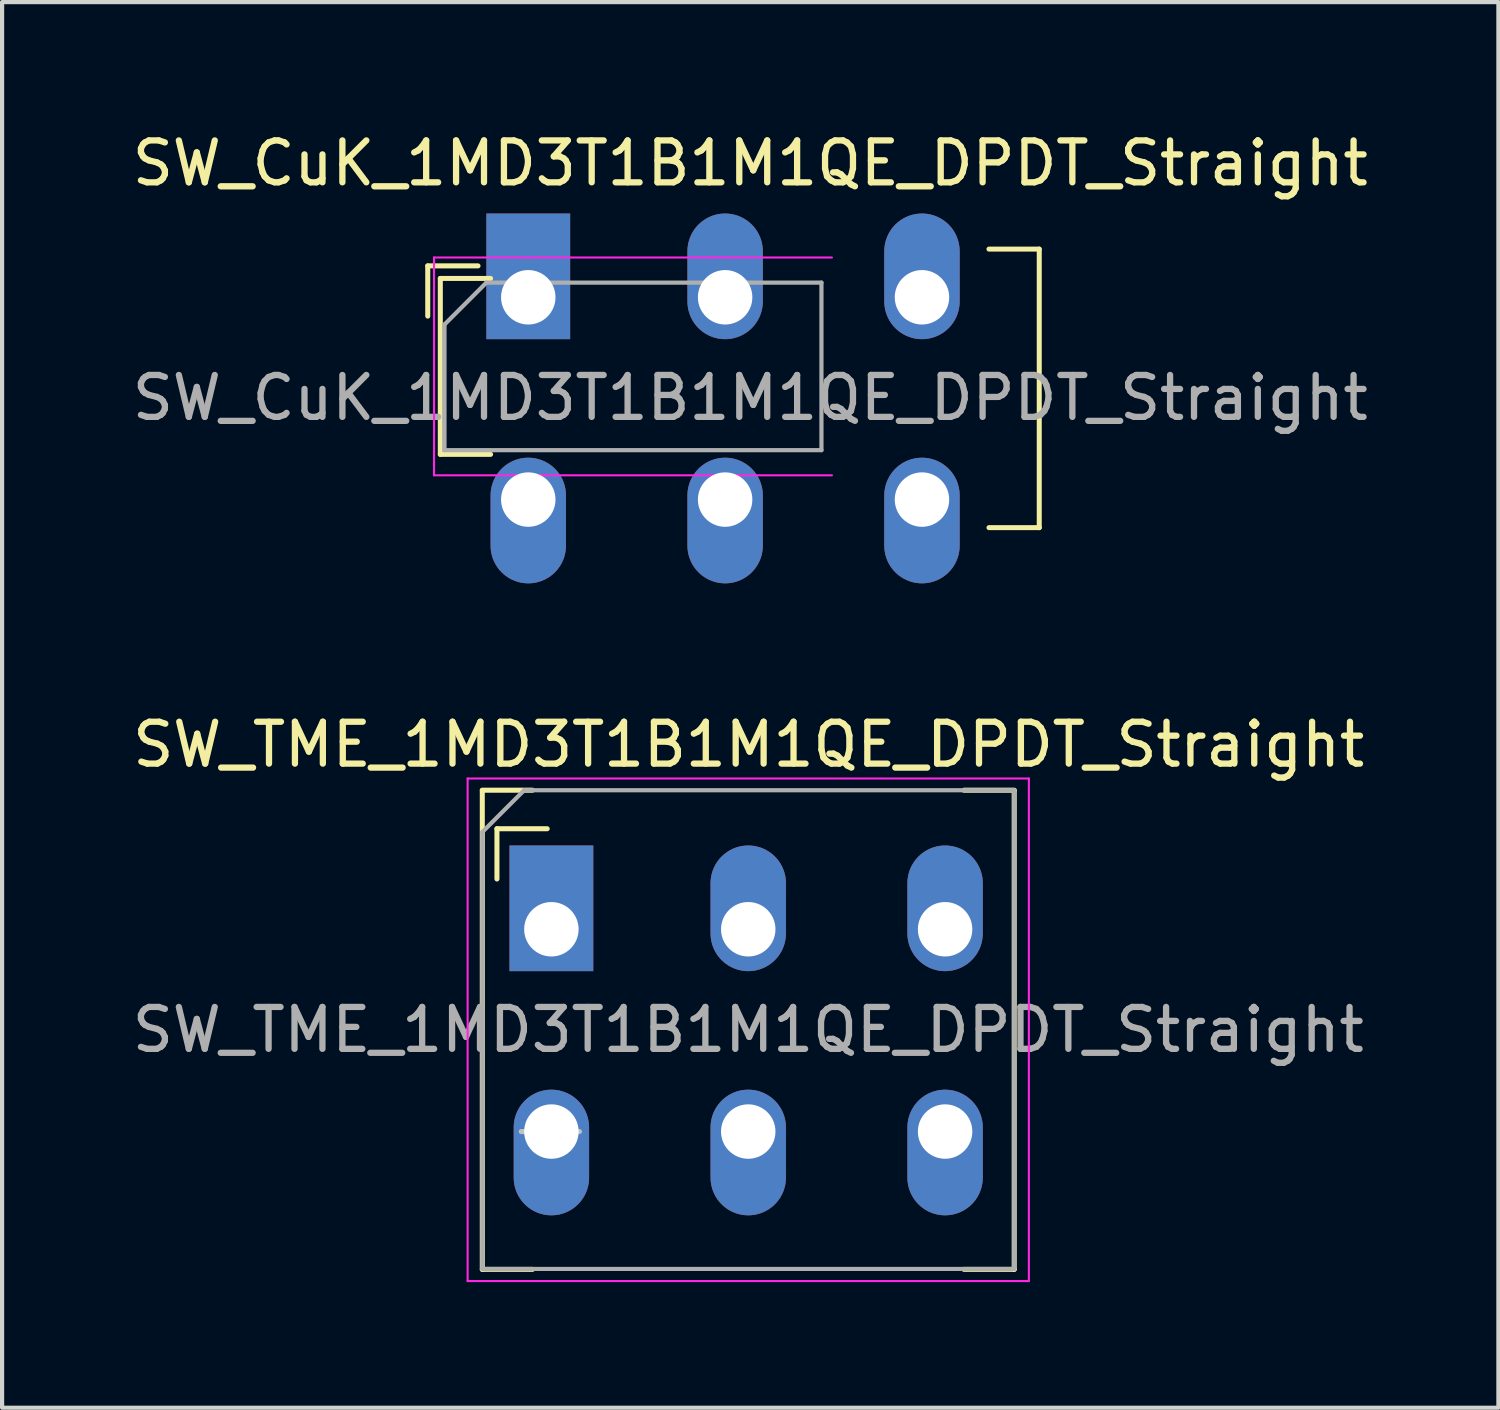
<source format=kicad_pcb>
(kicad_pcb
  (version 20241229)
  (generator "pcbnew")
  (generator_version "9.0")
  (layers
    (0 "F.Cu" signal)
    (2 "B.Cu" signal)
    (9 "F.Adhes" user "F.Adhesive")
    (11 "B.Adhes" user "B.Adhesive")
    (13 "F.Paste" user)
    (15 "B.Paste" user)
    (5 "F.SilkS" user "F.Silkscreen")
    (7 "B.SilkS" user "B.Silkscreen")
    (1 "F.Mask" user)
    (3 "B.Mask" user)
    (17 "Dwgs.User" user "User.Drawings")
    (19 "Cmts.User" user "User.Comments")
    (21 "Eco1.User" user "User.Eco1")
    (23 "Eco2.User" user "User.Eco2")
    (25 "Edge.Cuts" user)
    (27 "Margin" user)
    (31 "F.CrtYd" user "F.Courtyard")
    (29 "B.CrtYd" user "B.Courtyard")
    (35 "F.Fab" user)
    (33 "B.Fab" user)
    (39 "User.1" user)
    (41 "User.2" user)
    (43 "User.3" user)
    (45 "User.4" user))
  (footprint "SW_TME_1MD3T1B1M1QE_DPDT_Straight"
    (layer "F.Cu")
    (at 10.115 19.137)
    (property "Reference" "SW_TME_1MD3T1B1M1QE_DPDT_Straight" (at 4.71 -4.41 0) (layer "F.SilkS") (effects (font (size 1 1) (thickness 0.15))))
    (attr through_hole)
    (fp_line (start -1.65 -3.315) (end -1.65 8.12) (stroke (width 0.12) (type solid)) (layer "F.SilkS"))
    (fp_line (start -1.65 8.12) (end -0.45 8.12) (stroke (width 0.12) (type solid)) (layer "F.SilkS"))
    (fp_line (start -1.3 -2.4) (end -1.3 -1.2) (stroke (width 0.12) (type solid)) (layer "F.SilkS"))
    (fp_line (start -0.45 -3.32) (end -1.65 -3.32) (stroke (width 0.12) (type solid)) (layer "F.SilkS"))
    (fp_line (start -0.1 -2.4) (end -1.3 -2.4) (stroke (width 0.12) (type solid)) (layer "F.SilkS"))
    (fp_line (start 9.85 -3.32) (end 11.05 -3.32) (stroke (width 0.12) (type solid)) (layer "F.SilkS"))
    (fp_line (start 11.05 -3.315) (end 11.05 8.12) (stroke (width 0.12) (type solid)) (layer "F.SilkS"))
    (fp_line (start 11.05 8.12) (end 9.85 8.12) (stroke (width 0.12) (type solid)) (layer "F.SilkS"))
    (fp_line (start -0.72 4.83) (end 0.67 4.83) (stroke (width 0.12) (type solid)) (layer "Dwgs.User"))
    (fp_line (start -2 -3.6) (end 11.4 -3.6) (stroke (width 0.05) (type solid)) (layer "F.CrtYd"))
    (fp_line (start -2 8.4) (end -2 -3.6) (stroke (width 0.05) (type solid)) (layer "F.CrtYd"))
    (fp_line (start -2 8.4) (end 11.4 8.4) (stroke (width 0.05) (type solid)) (layer "F.CrtYd"))
    (fp_line (start 11.4 8.4) (end 11.4 -3.6) (stroke (width 0.05) (type solid)) (layer "F.CrtYd"))
    (fp_line (start -1.65 8.11) (end -1.65 -2.32) (stroke (width 0.1) (type solid)) (layer "F.Fab"))
    (fp_line (start -0.65 -3.32) (end -1.65 -2.32) (stroke (width 0.1) (type solid)) (layer "F.Fab"))
    (fp_line (start -0.65 -3.32) (end 11.05 -3.32) (stroke (width 0.1) (type solid)) (layer "F.Fab"))
    (fp_line (start 11.05 -3.32) (end 11.05 8.11) (stroke (width 0.1) (type solid)) (layer "F.Fab"))
    (fp_line (start 11.05 8.11) (end -1.65 8.11) (stroke (width 0.1) (type solid)) (layer "F.Fab"))
    (fp_text user "${REFERENCE}" (at 4.7 2.4 0) (layer "F.Fab") (effects (font (size 1 1) (thickness 0.15))))
    (pad "1" thru_hole rect (at 0 0) (size 2 3) (drill 1.3 (offset 0 -0.5)) (layers "*.Cu" "*.Mask"))
    (pad "2" thru_hole oval (at 4.7 0) (size 1.8 3) (drill 1.3 (offset 0 -0.5)) (layers "*.Cu" "*.Mask"))
    (pad "3" thru_hole oval (at 9.4 0) (size 1.8 3) (drill 1.3 (offset 0 -0.5)) (layers "*.Cu" "*.Mask"))
    (pad "4" thru_hole oval (at 0 4.83) (size 1.8 3) (drill 1.3 (offset 0 0.5)) (layers "*.Cu" "*.Mask"))
    (pad "5" thru_hole oval (at 4.7 4.83) (size 1.8 3) (drill 1.3 (offset 0 0.5)) (layers "*.Cu" "*.Mask"))
    (pad "6" thru_hole oval (at 9.4 4.83) (size 1.8 3) (drill 1.3 (offset 0 0.5)) (layers "*.Cu" "*.Mask")))
  (footprint "SW_CuK_1MD3T1B1M1QE_DPDT_Straight"
    (layer "F.Cu")
    (at 9.563 4.048)
    (property "Reference" "SW_CuK_1MD3T1B1M1QE_DPDT_Straight" (at 5.3 -3.2 0) (layer "F.SilkS") (effects (font (size 1 1) (thickness 0.15))))
    (attr through_hole)
    (fp_line (start -2.4 -0.75) (end -2.4 0.45) (stroke (width 0.12) (type solid)) (layer "F.SilkS"))
    (fp_line (start -2.1 -0.45) (end -2.1 3.75) (stroke (width 0.12) (type solid)) (layer "F.SilkS"))
    (fp_line (start -2.1 3.75) (end -0.9 3.75) (stroke (width 0.12) (type solid)) (layer "F.SilkS"))
    (fp_line (start -1.2 -0.75) (end -2.4 -0.75) (stroke (width 0.12) (type solid)) (layer "F.SilkS"))
    (fp_line (start -0.9 -0.45) (end -2.1 -0.45) (stroke (width 0.12) (type solid)) (layer "F.SilkS"))
    (fp_line (start 11 -1.15) (end 12.2 -1.15) (stroke (width 0.12) (type solid)) (layer "F.SilkS"))
    (fp_line (start 12.2 -1.15) (end 12.2 5.5) (stroke (width 0.12) (type solid)) (layer "F.SilkS"))
    (fp_line (start 12.2 5.5) (end 11 5.5) (stroke (width 0.12) (type solid)) (layer "F.SilkS"))
    (fp_line (start -2.25 -0.95) (end 7.25 -0.95) (stroke (width 0.05) (type solid)) (layer "F.CrtYd"))
    (fp_line (start -2.25 4.25) (end -2.25 -0.95) (stroke (width 0.05) (type solid)) (layer "F.CrtYd"))
    (fp_line (start 7.25 4.25) (end -2.25 4.25) (stroke (width 0.05) (type solid)) (layer "F.CrtYd"))
    (fp_line (start -2 3.65) (end -2 0.65) (stroke (width 0.1) (type solid)) (layer "F.Fab"))
    (fp_line (start -1 -0.35) (end -2 0.65) (stroke (width 0.1) (type solid)) (layer "F.Fab"))
    (fp_line (start -1 -0.35) (end 7 -0.35) (stroke (width 0.1) (type solid)) (layer "F.Fab"))
    (fp_line (start 7 -0.35) (end 7 3.65) (stroke (width 0.1) (type solid)) (layer "F.Fab"))
    (fp_line (start 7 3.65) (end -2 3.65) (stroke (width 0.1) (type solid)) (layer "F.Fab"))
    (fp_text user "${REFERENCE}" (at 5.3 2.4 0) (layer "F.Fab") (effects (font (size 1 1) (thickness 0.15))))
    (pad "1" thru_hole rect (at 0 0) (size 2 3) (drill 1.3 (offset 0 -0.5)) (layers "*.Cu" "*.Mask"))
    (pad "2" thru_hole oval (at 4.7 0) (size 1.8 3) (drill 1.3 (offset 0 -0.5)) (layers "*.Cu" "*.Mask"))
    (pad "3" thru_hole oval (at 9.4 0) (size 1.8 3) (drill 1.3 (offset 0 -0.5)) (layers "*.Cu" "*.Mask"))
    (pad "4" thru_hole oval (at 0 4.83) (size 1.8 3) (drill 1.3 (offset 0 0.5)) (layers "*.Cu" "*.Mask"))
    (pad "5" thru_hole oval (at 4.7 4.83) (size 1.8 3) (drill 1.3 (offset 0 0.5)) (layers "*.Cu" "*.Mask"))
    (pad "6" thru_hole oval (at 9.4 4.83) (size 1.8 3) (drill 1.3 (offset 0 0.5)) (layers "*.Cu" "*.Mask")))
  (gr_rect
    (start -3 -3)
    (end 32.726 30.561)
    (stroke (width 0.1) (type default))
    (fill no)
    (layer "Edge.Cuts")))
</source>
